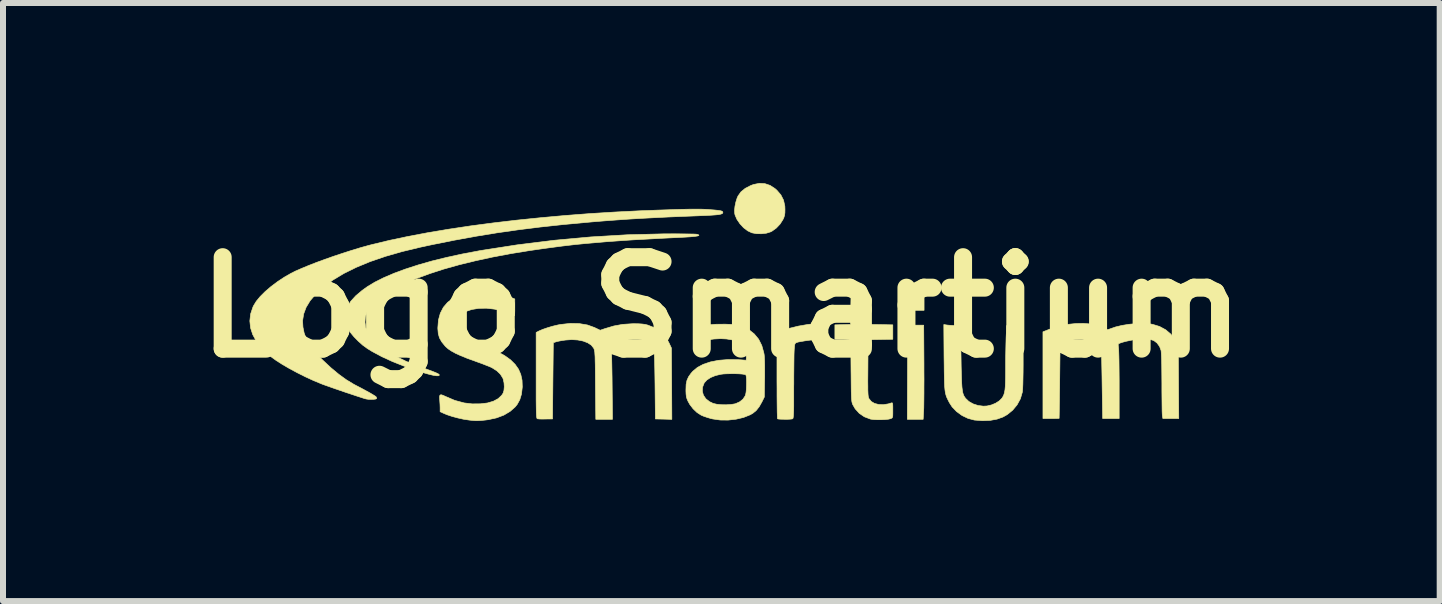
<source format=kicad_pcb>
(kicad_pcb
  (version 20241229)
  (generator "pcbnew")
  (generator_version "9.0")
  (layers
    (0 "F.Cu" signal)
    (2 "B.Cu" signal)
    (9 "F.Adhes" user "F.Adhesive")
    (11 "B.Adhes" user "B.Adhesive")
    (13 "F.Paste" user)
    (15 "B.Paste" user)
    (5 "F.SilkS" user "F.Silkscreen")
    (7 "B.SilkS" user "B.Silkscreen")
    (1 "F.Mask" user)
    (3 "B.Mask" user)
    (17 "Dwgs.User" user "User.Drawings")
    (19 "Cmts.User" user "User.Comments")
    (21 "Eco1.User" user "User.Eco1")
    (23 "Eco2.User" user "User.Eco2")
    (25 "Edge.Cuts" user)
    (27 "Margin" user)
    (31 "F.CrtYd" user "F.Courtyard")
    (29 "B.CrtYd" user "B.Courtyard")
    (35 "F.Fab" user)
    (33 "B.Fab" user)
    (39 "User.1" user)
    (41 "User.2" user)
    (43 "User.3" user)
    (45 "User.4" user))
  (footprint "Logo Smartium"
    (layer "F.Cu")
    (at 8.97 2.07)
    (property "Reference" "Logo Smartium" (at 0 0 0) (layer "F.SilkS") (effects (font (size 1.524 1.524) (thickness 0.3))))
    (attr through_hole)
    (fp_poly (pts (xy 3.378 0.051) (xy 3.248 0.051) (xy 3.192 0.05) (xy 3.145 0.047) (xy 3.113 0.044) (xy 3.103 0.041) (xy 3.088 0.018) (xy 3.079 -0.025) (xy 3.076 -0.085) (xy 3.079 -0.156) (xy 3.079 -0.159) (xy 3.088 -0.254) (xy 3.378 -0.254) (xy 3.378 0.051)) (stroke (width 0.01) (type solid)) (fill yes) (layer "F.SilkS"))
    (fp_poly (pts (xy 3.376 0.94) (xy 3.376 1.071) (xy 3.377 1.199) (xy 3.376 1.32) (xy 3.376 1.432) (xy 3.375 1.531) (xy 3.374 1.615) (xy 3.373 1.68) (xy 3.371 1.723) (xy 3.371 1.724) (xy 3.363 1.867) (xy 3.099 1.867) (xy 3.105 0.298) (xy 3.372 0.298) (xy 3.376 0.94)) (stroke (width 0.01) (type solid)) (fill yes) (layer "F.SilkS"))
    (fp_poly (pts (xy 0.725 -2.06) (xy 0.812 -2.031) (xy 0.896 -1.976) (xy 0.925 -1.95) (xy 0.992 -1.872) (xy 1.036 -1.785) (xy 1.058 -1.686) (xy 1.06 -1.632) (xy 1.059 -1.574) (xy 1.053 -1.53) (xy 1.04 -1.49) (xy 1.025 -1.459) (xy 0.978 -1.386) (xy 0.916 -1.32) (xy 0.845 -1.269) (xy 0.817 -1.255) (xy 0.749 -1.234) (xy 0.668 -1.225) (xy 0.585 -1.226) (xy 0.512 -1.24) (xy 0.51 -1.24) (xy 0.44 -1.273) (xy 0.371 -1.325) (xy 0.31 -1.391) (xy 0.26 -1.464) (xy 0.228 -1.538) (xy 0.223 -1.563) (xy 0.22 -1.616) (xy 0.227 -1.683) (xy 0.242 -1.754) (xy 0.263 -1.821) (xy 0.278 -1.854) (xy 0.327 -1.923) (xy 0.399 -1.982) (xy 0.491 -2.029) (xy 0.537 -2.046) (xy 0.633 -2.065) (xy 0.725 -2.06)) (stroke (width 0.01) (type solid)) (fill yes) (layer "F.SilkS"))
    (fp_poly (pts (xy 1.689 0.52) (xy 1.648 0.526) (xy 1.619 0.53) (xy 1.572 0.536) (xy 1.513 0.544) (xy 1.453 0.551) (xy 1.39 0.56) (xy 1.332 0.57) (xy 1.287 0.578) (xy 1.262 0.585) (xy 1.242 0.593) (xy 1.23 0.604) (xy 1.222 0.625) (xy 1.218 0.662) (xy 1.215 0.695) (xy 1.213 0.728) (xy 1.211 0.784) (xy 1.21 0.859) (xy 1.209 0.949) (xy 1.208 1.052) (xy 1.207 1.163) (xy 1.207 1.279) (xy 1.206 1.321) (xy 1.206 1.452) (xy 1.206 1.56) (xy 1.206 1.647) (xy 1.205 1.716) (xy 1.203 1.768) (xy 1.201 1.805) (xy 1.198 1.831) (xy 1.195 1.847) (xy 1.191 1.856) (xy 1.186 1.859) (xy 1.164 1.863) (xy 1.126 1.866) (xy 1.078 1.867) (xy 1.028 1.866) (xy 0.983 1.865) (xy 0.95 1.862) (xy 0.936 1.858) (xy 0.934 1.845) (xy 0.933 1.807) (xy 0.931 1.75) (xy 0.93 1.673) (xy 0.929 1.581) (xy 0.928 1.475) (xy 0.928 1.357) (xy 0.927 1.229) (xy 0.927 1.135) (xy 0.927 0.421) (xy 0.994 0.396) (xy 1.132 0.351) (xy 1.284 0.314) (xy 1.439 0.287) (xy 1.572 0.272) (xy 1.689 0.264) (xy 1.689 0.52)) (stroke (width 0.01) (type solid)) (fill yes) (layer "F.SilkS"))
    (fp_poly (pts (xy 2.419 -0.172) (xy 2.426 -0.169) (xy 2.43 -0.154) (xy 2.434 -0.117) (xy 2.437 -0.063) (xy 2.44 0.003) (xy 2.441 0.064) (xy 2.445 0.286) (xy 2.651 0.289) (xy 2.857 0.293) (xy 2.857 0.533) (xy 2.445 0.54) (xy 2.442 1.01) (xy 2.441 1.133) (xy 2.44 1.233) (xy 2.441 1.313) (xy 2.441 1.375) (xy 2.443 1.423) (xy 2.445 1.458) (xy 2.448 1.484) (xy 2.452 1.503) (xy 2.458 1.518) (xy 2.461 1.524) (xy 2.498 1.57) (xy 2.552 1.602) (xy 2.621 1.62) (xy 2.699 1.623) (xy 2.782 1.61) (xy 2.837 1.593) (xy 2.846 1.592) (xy 2.852 1.6) (xy 2.856 1.622) (xy 2.857 1.662) (xy 2.857 1.713) (xy 2.857 1.772) (xy 2.856 1.81) (xy 2.852 1.832) (xy 2.844 1.845) (xy 2.831 1.852) (xy 2.823 1.856) (xy 2.785 1.865) (xy 2.73 1.871) (xy 2.665 1.874) (xy 2.598 1.874) (xy 2.536 1.871) (xy 2.487 1.864) (xy 2.481 1.862) (xy 2.383 1.825) (xy 2.299 1.768) (xy 2.231 1.693) (xy 2.192 1.626) (xy 2.185 1.611) (xy 2.18 1.594) (xy 2.175 1.574) (xy 2.172 1.548) (xy 2.169 1.514) (xy 2.167 1.467) (xy 2.165 1.407) (xy 2.164 1.331) (xy 2.163 1.235) (xy 2.162 1.118) (xy 2.161 1.059) (xy 2.157 0.549) (xy 2.111 0.541) (xy 2.073 0.537) (xy 2.022 0.534) (xy 1.978 0.534) (xy 1.892 0.533) (xy 1.892 0.293) (xy 2.153 0.286) (xy 2.156 0.062) (xy 2.16 -0.162) (xy 2.287 -0.172) (xy 2.344 -0.174) (xy 2.389 -0.175) (xy 2.419 -0.172)) (stroke (width 0.01) (type solid)) (fill yes) (layer "F.SilkS"))
    (fp_poly (pts (xy 3.766 0.297) (xy 3.814 0.301) (xy 3.871 0.304) (xy 3.905 0.305) (xy 3.984 0.305) (xy 3.994 0.834) (xy 3.996 0.974) (xy 3.999 1.09) (xy 4.002 1.186) (xy 4.005 1.265) (xy 4.009 1.327) (xy 4.015 1.377) (xy 4.021 1.416) (xy 4.03 1.447) (xy 4.04 1.472) (xy 4.052 1.493) (xy 4.067 1.514) (xy 4.07 1.518) (xy 4.124 1.57) (xy 4.195 1.61) (xy 4.278 1.637) (xy 4.366 1.648) (xy 4.427 1.645) (xy 4.5 1.628) (xy 4.57 1.599) (xy 4.63 1.561) (xy 4.674 1.517) (xy 4.678 1.512) (xy 4.695 1.484) (xy 4.708 1.455) (xy 4.718 1.421) (xy 4.726 1.378) (xy 4.731 1.325) (xy 4.734 1.257) (xy 4.736 1.171) (xy 4.737 1.063) (xy 4.737 1.029) (xy 4.737 0.926) (xy 4.738 0.818) (xy 4.74 0.713) (xy 4.742 0.616) (xy 4.744 0.535) (xy 4.745 0.505) (xy 4.754 0.305) (xy 5.029 0.305) (xy 5.029 0.823) (xy 5.029 0.962) (xy 5.028 1.087) (xy 5.026 1.195) (xy 5.024 1.285) (xy 5.021 1.354) (xy 5.017 1.401) (xy 5.015 1.416) (xy 4.983 1.525) (xy 4.928 1.626) (xy 4.854 1.715) (xy 4.763 1.789) (xy 4.694 1.828) (xy 4.594 1.864) (xy 4.479 1.885) (xy 4.352 1.89) (xy 4.22 1.88) (xy 4.214 1.879) (xy 4.111 1.852) (xy 4.011 1.804) (xy 3.921 1.739) (xy 3.846 1.661) (xy 3.8 1.59) (xy 3.781 1.553) (xy 3.765 1.52) (xy 3.751 1.489) (xy 3.741 1.456) (xy 3.732 1.418) (xy 3.726 1.374) (xy 3.721 1.32) (xy 3.718 1.255) (xy 3.716 1.174) (xy 3.714 1.075) (xy 3.713 0.956) (xy 3.711 0.833) (xy 3.707 0.288) (xy 3.766 0.297)) (stroke (width 0.01) (type solid)) (fill yes) (layer "F.SilkS"))
    (fp_poly (pts (xy -2.369 0.272) (xy -2.232 0.295) (xy -2.11 0.339) (xy -2.101 0.344) (xy -2.019 0.383) (xy -1.943 0.357) (xy -1.792 0.312) (xy -1.645 0.285) (xy -1.491 0.275) (xy -1.467 0.274) (xy -1.384 0.275) (xy -1.32 0.279) (xy -1.269 0.286) (xy -1.226 0.297) (xy -1.112 0.342) (xy -1.018 0.403) (xy -0.94 0.482) (xy -0.879 0.58) (xy -0.872 0.594) (xy -0.832 0.679) (xy -0.828 1.274) (xy -0.825 1.868) (xy -0.962 1.864) (xy -1.099 1.861) (xy -1.105 1.295) (xy -1.107 1.155) (xy -1.109 1.038) (xy -1.111 0.941) (xy -1.113 0.863) (xy -1.116 0.8) (xy -1.121 0.751) (xy -1.127 0.712) (xy -1.134 0.683) (xy -1.144 0.66) (xy -1.155 0.641) (xy -1.17 0.623) (xy -1.187 0.604) (xy -1.189 0.602) (xy -1.235 0.569) (xy -1.301 0.548) (xy -1.383 0.537) (xy -1.478 0.537) (xy -1.582 0.548) (xy -1.692 0.571) (xy -1.695 0.571) (xy -1.759 0.589) (xy -1.801 0.603) (xy -1.826 0.617) (xy -1.837 0.633) (xy -1.836 0.652) (xy -1.835 0.658) (xy -1.833 0.678) (xy -1.831 0.72) (xy -1.829 0.782) (xy -1.827 0.861) (xy -1.825 0.955) (xy -1.823 1.061) (xy -1.821 1.176) (xy -1.82 1.28) (xy -1.814 1.867) (xy -2.092 1.867) (xy -2.098 1.298) (xy -2.099 1.163) (xy -2.1 1.051) (xy -2.101 0.959) (xy -2.103 0.886) (xy -2.104 0.828) (xy -2.107 0.784) (xy -2.109 0.751) (xy -2.113 0.726) (xy -2.117 0.708) (xy -2.122 0.693) (xy -2.128 0.68) (xy -2.129 0.679) (xy -2.167 0.631) (xy -2.227 0.592) (xy -2.303 0.563) (xy -2.393 0.545) (xy -2.494 0.539) (xy -2.596 0.546) (xy -2.653 0.554) (xy -2.706 0.564) (xy -2.746 0.573) (xy -2.753 0.575) (xy -2.8 0.591) (xy -2.807 1.226) (xy -2.813 1.861) (xy -2.927 1.862) (xy -2.981 1.863) (xy -3.027 1.862) (xy -3.057 1.859) (xy -3.064 1.858) (xy -3.069 1.856) (xy -3.073 1.85) (xy -3.076 1.838) (xy -3.079 1.819) (xy -3.081 1.791) (xy -3.083 1.751) (xy -3.084 1.697) (xy -3.085 1.629) (xy -3.086 1.543) (xy -3.086 1.438) (xy -3.086 1.312) (xy -3.086 1.163) (xy -3.086 0.42) (xy -3.038 0.395) (xy -2.977 0.369) (xy -2.899 0.342) (xy -2.812 0.316) (xy -2.724 0.295) (xy -2.675 0.286) (xy -2.517 0.269) (xy -2.369 0.272)) (stroke (width 0.01) (type solid)) (fill yes) (layer "F.SilkS"))
    (fp_poly (pts (xy -3.873 -0.252) (xy -3.755 -0.237) (xy -3.642 -0.211) (xy -3.54 -0.176) (xy -3.442 -0.138) (xy -3.442 0.001) (xy -3.442 0.057) (xy -3.443 0.102) (xy -3.445 0.131) (xy -3.446 0.14) (xy -3.46 0.135) (xy -3.489 0.123) (xy -3.52 0.109) (xy -3.649 0.062) (xy -3.782 0.031) (xy -3.914 0.016) (xy -4.041 0.018) (xy -4.159 0.037) (xy -4.244 0.066) (xy -4.309 0.106) (xy -4.362 0.161) (xy -4.399 0.226) (xy -4.417 0.296) (xy -4.416 0.35) (xy -4.4 0.4) (xy -4.37 0.445) (xy -4.322 0.487) (xy -4.256 0.527) (xy -4.169 0.567) (xy -4.058 0.609) (xy -4.04 0.615) (xy -3.873 0.677) (xy -3.73 0.74) (xy -3.611 0.806) (xy -3.513 0.876) (xy -3.437 0.951) (xy -3.38 1.032) (xy -3.342 1.12) (xy -3.321 1.216) (xy -3.317 1.322) (xy -3.318 1.34) (xy -3.331 1.449) (xy -3.359 1.541) (xy -3.402 1.619) (xy -3.435 1.66) (xy -3.52 1.735) (xy -3.624 1.797) (xy -3.746 1.843) (xy -3.884 1.873) (xy -3.929 1.879) (xy -3.994 1.886) (xy -4.044 1.889) (xy -4.087 1.89) (xy -4.134 1.887) (xy -4.193 1.881) (xy -4.215 1.878) (xy -4.299 1.865) (xy -4.393 1.844) (xy -4.486 1.819) (xy -4.57 1.791) (xy -4.614 1.773) (xy -4.686 1.741) (xy -4.686 1.674) (xy -4.688 1.619) (xy -4.692 1.561) (xy -4.693 1.543) (xy -4.696 1.494) (xy -4.69 1.466) (xy -4.672 1.457) (xy -4.638 1.467) (xy -4.599 1.485) (xy -4.442 1.552) (xy -4.286 1.594) (xy -4.152 1.61) (xy -4.016 1.609) (xy -3.898 1.595) (xy -3.799 1.566) (xy -3.719 1.523) (xy -3.66 1.467) (xy -3.636 1.43) (xy -3.622 1.384) (xy -3.617 1.324) (xy -3.621 1.26) (xy -3.634 1.201) (xy -3.642 1.179) (xy -3.682 1.116) (xy -3.742 1.058) (xy -3.818 1.01) (xy -3.837 1) (xy -3.872 0.985) (xy -3.926 0.964) (xy -3.992 0.938) (xy -4.065 0.912) (xy -4.108 0.896) (xy -4.236 0.85) (xy -4.342 0.807) (xy -4.428 0.768) (xy -4.497 0.73) (xy -4.552 0.693) (xy -4.595 0.655) (xy -4.604 0.645) (xy -4.66 0.576) (xy -4.697 0.51) (xy -4.717 0.439) (xy -4.724 0.357) (xy -4.724 0.341) (xy -4.714 0.213) (xy -4.683 0.1) (xy -4.632 0.001) (xy -4.561 -0.082) (xy -4.471 -0.15) (xy -4.362 -0.201) (xy -4.235 -0.236) (xy -4.09 -0.254) (xy -4.007 -0.256) (xy -3.873 -0.252)) (stroke (width 0.01) (type solid)) (fill yes) (layer "F.SilkS"))
    (fp_poly (pts (xy -0.693 -1.223) (xy -0.603 -1.222) (xy -0.525 -1.221) (xy -0.463 -1.22) (xy -0.421 -1.218) (xy -0.401 -1.215) (xy -0.376 -1.205) (xy -0.374 -1.196) (xy -0.396 -1.188) (xy -0.442 -1.181) (xy -0.514 -1.174) (xy -0.61 -1.168) (xy -0.63 -1.167) (xy -0.834 -1.157) (xy -1.015 -1.148) (xy -1.178 -1.139) (xy -1.324 -1.131) (xy -1.456 -1.124) (xy -1.579 -1.116) (xy -1.695 -1.108) (xy -1.806 -1.1) (xy -1.917 -1.092) (xy -2.03 -1.082) (xy -2.148 -1.072) (xy -2.275 -1.061) (xy -2.343 -1.054) (xy -2.427 -1.046) (xy -2.53 -1.034) (xy -2.649 -1.02) (xy -2.778 -1.003) (xy -2.913 -0.985) (xy -3.048 -0.966) (xy -3.178 -0.947) (xy -3.181 -0.947) (xy -3.501 -0.895) (xy -3.806 -0.838) (xy -4.096 -0.775) (xy -4.37 -0.708) (xy -4.627 -0.636) (xy -4.864 -0.559) (xy -5.081 -0.479) (xy -5.277 -0.396) (xy -5.451 -0.31) (xy -5.6 -0.221) (xy -5.613 -0.212) (xy -5.686 -0.159) (xy -5.756 -0.099) (xy -5.818 -0.037) (xy -5.869 0.023) (xy -5.904 0.075) (xy -5.909 0.085) (xy -5.932 0.162) (xy -5.938 0.249) (xy -5.927 0.337) (xy -5.903 0.408) (xy -5.861 0.476) (xy -5.798 0.548) (xy -5.716 0.622) (xy -5.618 0.696) (xy -5.506 0.768) (xy -5.385 0.837) (xy -5.257 0.899) (xy -5.124 0.954) (xy -5.099 0.963) (xy -4.99 1.003) (xy -4.903 1.035) (xy -4.834 1.06) (xy -4.783 1.08) (xy -4.747 1.095) (xy -4.722 1.107) (xy -4.708 1.116) (xy -4.701 1.124) (xy -4.699 1.131) (xy -4.711 1.141) (xy -4.744 1.142) (xy -4.799 1.134) (xy -4.874 1.116) (xy -4.968 1.09) (xy -5.036 1.069) (xy -5.266 0.989) (xy -5.475 0.907) (xy -5.66 0.822) (xy -5.822 0.735) (xy -5.898 0.688) (xy -5.974 0.633) (xy -6.049 0.566) (xy -6.119 0.495) (xy -6.178 0.424) (xy -6.22 0.36) (xy -6.222 0.357) (xy -6.26 0.263) (xy -6.275 0.171) (xy -6.266 0.08) (xy -6.232 -0.011) (xy -6.174 -0.101) (xy -6.092 -0.191) (xy -5.984 -0.282) (xy -5.899 -0.343) (xy -5.773 -0.419) (xy -5.623 -0.494) (xy -5.452 -0.567) (xy -5.26 -0.638) (xy -5.049 -0.706) (xy -4.821 -0.771) (xy -4.577 -0.831) (xy -4.32 -0.887) (xy -4.051 -0.938) (xy -4.013 -0.945) (xy -3.402 -1.04) (xy -2.788 -1.116) (xy -2.175 -1.172) (xy -1.567 -1.208) (xy -0.969 -1.223) (xy -0.902 -1.223) (xy -0.794 -1.224) (xy -0.693 -1.223)) (stroke (width 0.01) (type solid)) (fill yes) (layer "F.SilkS"))
    (fp_poly (pts (xy 6.135 0.277) (xy 6.226 0.295) (xy 6.311 0.325) (xy 6.337 0.337) (xy 6.383 0.359) (xy 6.413 0.37) (xy 6.435 0.373) (xy 6.456 0.368) (xy 6.475 0.361) (xy 6.566 0.329) (xy 6.674 0.303) (xy 6.79 0.284) (xy 6.909 0.273) (xy 7.022 0.269) (xy 7.124 0.274) (xy 7.184 0.284) (xy 7.302 0.32) (xy 7.404 0.375) (xy 7.49 0.448) (xy 7.557 0.538) (xy 7.579 0.581) (xy 7.614 0.654) (xy 7.618 1.254) (xy 7.622 1.854) (xy 7.357 1.854) (xy 7.349 1.807) (xy 7.347 1.783) (xy 7.345 1.738) (xy 7.344 1.673) (xy 7.343 1.592) (xy 7.342 1.499) (xy 7.341 1.395) (xy 7.341 1.286) (xy 7.341 1.275) (xy 7.34 1.158) (xy 7.339 1.049) (xy 7.338 0.951) (xy 7.336 0.865) (xy 7.333 0.797) (xy 7.33 0.748) (xy 7.328 0.723) (xy 7.303 0.655) (xy 7.26 0.596) (xy 7.208 0.556) (xy 7.17 0.543) (xy 7.113 0.535) (xy 7.044 0.531) (xy 6.97 0.532) (xy 6.922 0.535) (xy 6.864 0.543) (xy 6.801 0.555) (xy 6.74 0.568) (xy 6.685 0.583) (xy 6.643 0.597) (xy 6.618 0.609) (xy 6.615 0.612) (xy 6.613 0.631) (xy 6.616 0.664) (xy 6.618 0.677) (xy 6.62 0.701) (xy 6.622 0.747) (xy 6.624 0.813) (xy 6.626 0.895) (xy 6.627 0.992) (xy 6.628 1.099) (xy 6.629 1.215) (xy 6.629 1.292) (xy 6.629 1.854) (xy 6.354 1.854) (xy 6.345 1.292) (xy 6.343 1.158) (xy 6.341 1.047) (xy 6.339 0.956) (xy 6.338 0.883) (xy 6.335 0.826) (xy 6.333 0.783) (xy 6.33 0.75) (xy 6.326 0.725) (xy 6.322 0.707) (xy 6.316 0.691) (xy 6.31 0.677) (xy 6.308 0.673) (xy 6.262 0.611) (xy 6.199 0.566) (xy 6.142 0.545) (xy 6.103 0.539) (xy 6.045 0.536) (xy 5.975 0.536) (xy 5.901 0.539) (xy 5.828 0.543) (xy 5.764 0.55) (xy 5.714 0.559) (xy 5.709 0.561) (xy 5.645 0.578) (xy 5.638 1.213) (xy 5.637 1.337) (xy 5.635 1.454) (xy 5.634 1.56) (xy 5.632 1.653) (xy 5.631 1.731) (xy 5.63 1.792) (xy 5.629 1.832) (xy 5.629 1.85) (xy 5.629 1.851) (xy 5.616 1.852) (xy 5.583 1.853) (xy 5.535 1.854) (xy 5.493 1.854) (xy 5.359 1.854) (xy 5.359 0.409) (xy 5.458 0.37) (xy 5.605 0.319) (xy 5.752 0.287) (xy 5.909 0.271) (xy 5.912 0.271) (xy 6.032 0.269) (xy 6.135 0.277)) (stroke (width 0.01) (type solid)) (fill yes) (layer "F.SilkS"))
    (fp_poly (pts (xy 0.067 0.282) (xy 0.149 0.285) (xy 0.211 0.288) (xy 0.257 0.293) (xy 0.294 0.299) (xy 0.326 0.309) (xy 0.346 0.316) (xy 0.457 0.372) (xy 0.548 0.444) (xy 0.621 0.532) (xy 0.674 0.638) (xy 0.708 0.76) (xy 0.714 0.794) (xy 0.717 0.833) (xy 0.72 0.893) (xy 0.722 0.969) (xy 0.722 1.056) (xy 0.722 1.149) (xy 0.721 1.19) (xy 0.716 1.496) (xy 0.676 1.577) (xy 0.63 1.658) (xy 0.581 1.72) (xy 0.525 1.766) (xy 0.48 1.792) (xy 0.37 1.836) (xy 0.246 1.865) (xy 0.114 1.88) (xy -0.018 1.879) (xy -0.144 1.861) (xy -0.178 1.853) (xy -0.235 1.836) (xy -0.294 1.816) (xy -0.338 1.797) (xy -0.406 1.753) (xy -0.47 1.692) (xy -0.526 1.619) (xy -0.556 1.565) (xy -0.573 1.525) (xy -0.583 1.489) (xy -0.588 1.446) (xy -0.59 1.4) (xy -0.317 1.4) (xy -0.299 1.465) (xy -0.259 1.524) (xy -0.201 1.571) (xy -0.137 1.602) (xy -0.077 1.616) (xy -0.001 1.624) (xy 0.082 1.625) (xy 0.161 1.62) (xy 0.228 1.609) (xy 0.238 1.606) (xy 0.305 1.576) (xy 0.36 1.532) (xy 0.396 1.478) (xy 0.405 1.454) (xy 0.412 1.416) (xy 0.417 1.364) (xy 0.419 1.306) (xy 0.42 1.247) (xy 0.419 1.194) (xy 0.415 1.152) (xy 0.409 1.128) (xy 0.407 1.126) (xy 0.388 1.119) (xy 0.348 1.113) (xy 0.294 1.109) (xy 0.231 1.107) (xy 0.163 1.107) (xy 0.097 1.108) (xy 0.037 1.111) (xy -0.01 1.117) (xy -0.011 1.117) (xy -0.101 1.139) (xy -0.179 1.171) (xy -0.241 1.212) (xy -0.284 1.259) (xy -0.286 1.262) (xy -0.313 1.331) (xy -0.317 1.4) (xy -0.59 1.4) (xy -0.59 1.39) (xy -0.59 1.372) (xy -0.587 1.286) (xy -0.573 1.218) (xy -0.546 1.158) (xy -0.504 1.099) (xy -0.476 1.067) (xy -0.398 1.002) (xy -0.3 0.95) (xy -0.183 0.911) (xy -0.047 0.884) (xy 0.105 0.872) (xy 0.271 0.873) (xy 0.324 0.876) (xy 0.413 0.883) (xy 0.417 0.841) (xy 0.412 0.773) (xy 0.386 0.705) (xy 0.344 0.642) (xy 0.289 0.59) (xy 0.25 0.567) (xy 0.177 0.543) (xy 0.087 0.528) (xy -0.016 0.523) (xy -0.125 0.529) (xy -0.235 0.545) (xy -0.297 0.558) (xy -0.346 0.571) (xy -0.387 0.58) (xy -0.412 0.584) (xy -0.415 0.584) (xy -0.423 0.578) (xy -0.429 0.556) (xy -0.431 0.516) (xy -0.432 0.469) (xy -0.432 0.354) (xy -0.39 0.337) (xy -0.306 0.31) (xy -0.205 0.292) (xy -0.085 0.283) (xy 0.057 0.282) (xy 0.067 0.282)) (stroke (width 0.01) (type solid)) (fill yes) (layer "F.SilkS"))
    (fp_poly (pts (xy -0.389 -1.635) (xy -0.324 -1.634) (xy -0.266 -1.632) (xy -0.213 -1.629) (xy -0.196 -1.627) (xy -0.116 -1.621) (xy -0.057 -1.615) (xy -0.017 -1.609) (xy 0.008 -1.602) (xy 0.021 -1.593) (xy 0.025 -1.582) (xy 0.025 -1.579) (xy 0.022 -1.568) (xy 0.01 -1.559) (xy -0.012 -1.551) (xy -0.047 -1.544) (xy -0.098 -1.539) (xy -0.167 -1.534) (xy -0.256 -1.529) (xy -0.367 -1.525) (xy -0.385 -1.524) (xy -0.645 -1.514) (xy -0.884 -1.504) (xy -1.107 -1.493) (xy -1.318 -1.482) (xy -1.522 -1.47) (xy -1.724 -1.456) (xy -1.928 -1.441) (xy -2.138 -1.424) (xy -2.235 -1.415) (xy -2.636 -1.378) (xy -3.017 -1.337) (xy -3.384 -1.291) (xy -3.741 -1.24) (xy -4.096 -1.182) (xy -4.452 -1.117) (xy -4.816 -1.044) (xy -5.016 -1.001) (xy -5.319 -0.928) (xy -5.598 -0.848) (xy -5.852 -0.761) (xy -6.082 -0.666) (xy -6.289 -0.564) (xy -6.472 -0.454) (xy -6.63 -0.337) (xy -6.762 -0.215) (xy -6.853 -0.108) (xy -6.919 0.001) (xy -6.96 0.111) (xy -6.978 0.224) (xy -6.972 0.331) (xy -6.952 0.428) (xy -6.92 0.519) (xy -6.874 0.607) (xy -6.811 0.698) (xy -6.729 0.793) (xy -6.644 0.879) (xy -6.506 1.008) (xy -6.376 1.116) (xy -6.251 1.207) (xy -6.129 1.281) (xy -6.09 1.302) (xy -6.001 1.348) (xy -5.922 1.391) (xy -5.854 1.428) (xy -5.802 1.459) (xy -5.767 1.481) (xy -5.753 1.492) (xy -5.744 1.514) (xy -5.746 1.523) (xy -5.762 1.53) (xy -5.795 1.534) (xy -5.837 1.535) (xy -5.88 1.534) (xy -5.915 1.529) (xy -5.921 1.528) (xy -5.956 1.518) (xy -6.011 1.5) (xy -6.082 1.477) (xy -6.163 1.45) (xy -6.251 1.421) (xy -6.341 1.39) (xy -6.429 1.36) (xy -6.511 1.331) (xy -6.582 1.306) (xy -6.638 1.286) (xy -6.661 1.277) (xy -6.794 1.222) (xy -6.929 1.16) (xy -7.063 1.093) (xy -7.192 1.024) (xy -7.311 0.955) (xy -7.416 0.888) (xy -7.504 0.825) (xy -7.547 0.79) (xy -7.659 0.681) (xy -7.746 0.57) (xy -7.808 0.457) (xy -7.845 0.343) (xy -7.857 0.228) (xy -7.844 0.112) (xy -7.805 -0.004) (xy -7.795 -0.025) (xy -7.75 -0.099) (xy -7.685 -0.178) (xy -7.602 -0.261) (xy -7.504 -0.345) (xy -7.395 -0.427) (xy -7.278 -0.504) (xy -7.175 -0.563) (xy -7.096 -0.603) (xy -6.995 -0.647) (xy -6.877 -0.696) (xy -6.746 -0.747) (xy -6.604 -0.799) (xy -6.457 -0.851) (xy -6.306 -0.901) (xy -6.157 -0.949) (xy -6.012 -0.993) (xy -5.875 -1.031) (xy -5.813 -1.047) (xy -5.529 -1.115) (xy -5.222 -1.18) (xy -4.894 -1.242) (xy -4.548 -1.3) (xy -4.184 -1.355) (xy -3.806 -1.405) (xy -3.415 -1.451) (xy -3.014 -1.492) (xy -2.604 -1.529) (xy -2.188 -1.561) (xy -1.768 -1.587) (xy -1.347 -1.608) (xy -1.232 -1.612) (xy -1.054 -1.619) (xy -0.899 -1.624) (xy -0.764 -1.629) (xy -0.648 -1.632) (xy -0.549 -1.634) (xy -0.463 -1.635) (xy -0.389 -1.635)) (stroke (width 0.01) (type solid)) (fill yes) (layer "F.SilkS")))
  (gr_rect
    (start -3 -3)
    (end 20.94 6.966)
    (stroke (width 0.1) (type default))
    (fill no)
    (layer "Edge.Cuts")))
</source>
